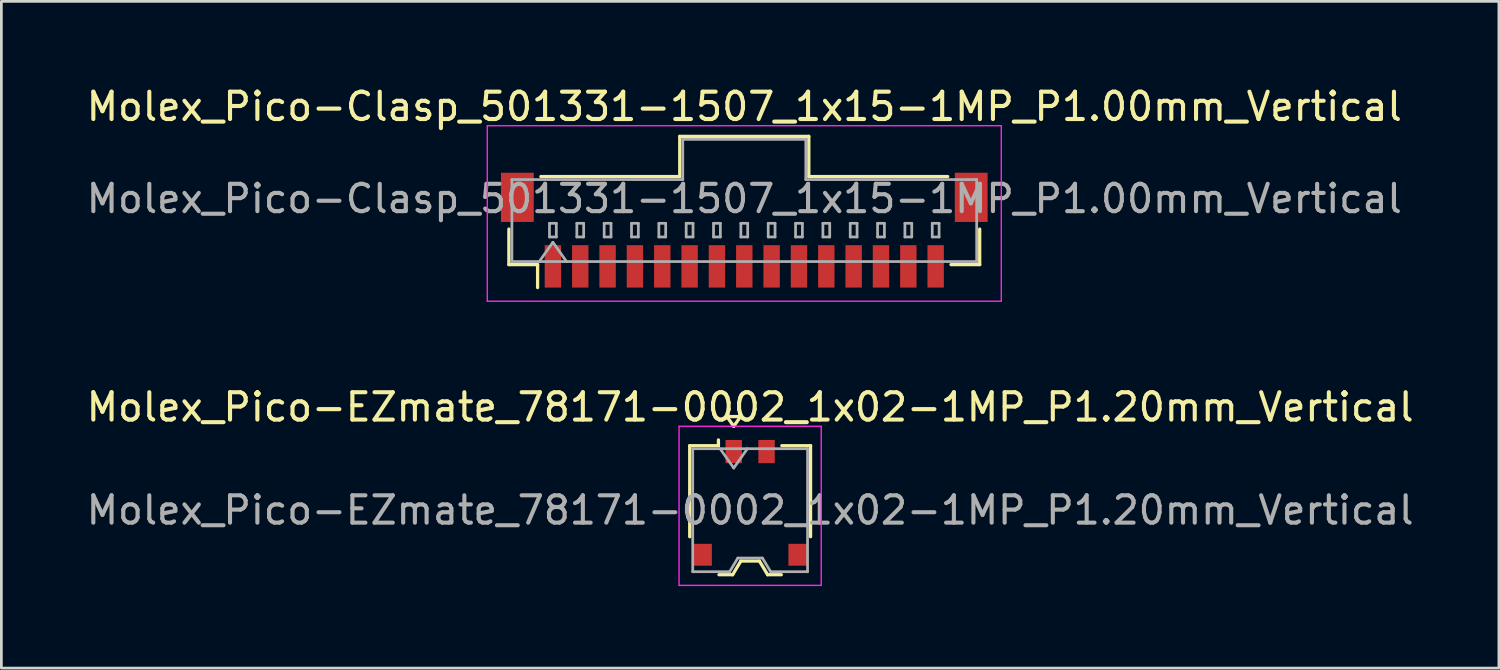
<source format=kicad_pcb>
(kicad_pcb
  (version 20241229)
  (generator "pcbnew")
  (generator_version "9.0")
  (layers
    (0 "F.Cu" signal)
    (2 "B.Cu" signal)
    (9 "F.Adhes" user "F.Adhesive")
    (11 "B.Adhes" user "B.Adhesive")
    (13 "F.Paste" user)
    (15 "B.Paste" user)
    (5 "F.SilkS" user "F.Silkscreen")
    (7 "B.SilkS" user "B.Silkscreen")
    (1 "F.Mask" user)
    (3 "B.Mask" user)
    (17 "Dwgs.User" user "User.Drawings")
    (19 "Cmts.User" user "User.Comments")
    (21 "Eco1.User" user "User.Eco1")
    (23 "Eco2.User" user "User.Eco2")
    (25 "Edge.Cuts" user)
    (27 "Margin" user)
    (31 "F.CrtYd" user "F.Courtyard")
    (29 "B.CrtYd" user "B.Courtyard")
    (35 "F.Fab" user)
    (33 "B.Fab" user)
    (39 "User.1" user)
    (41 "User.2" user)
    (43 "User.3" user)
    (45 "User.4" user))
  (footprint "Molex_Pico-Clasp_501331-1507_1x15-1MP_P1.00mm_Vertical"
    (layer "F.Cu")
    (at 24.173 5.368)
    (property "Reference" "Molex_Pico-Clasp_501331-1507_1x15-1MP_P1.00mm_Vertical" (at 0 -4.52 0) (layer "F.SilkS") (effects (font (size 1 1) (thickness 0.15))))
    (attr smd)
    (fp_line (start -8.61 -0.04) (end -8.61 1.26) (stroke (width 0.12) (type solid)) (layer "F.SilkS"))
    (fp_line (start -8.61 1.26) (end -7.56 1.26) (stroke (width 0.12) (type solid)) (layer "F.SilkS"))
    (fp_line (start -7.56 1.26) (end -7.56 2.1) (stroke (width 0.12) (type solid)) (layer "F.SilkS"))
    (fp_line (start -7.44 -1.96) (end -2.36 -1.96) (stroke (width 0.12) (type solid)) (layer "F.SilkS"))
    (fp_line (start -2.36 -3.43) (end 2.36 -3.43) (stroke (width 0.12) (type solid)) (layer "F.SilkS"))
    (fp_line (start -2.36 -1.96) (end -2.36 -3.43) (stroke (width 0.12) (type solid)) (layer "F.SilkS"))
    (fp_line (start 2.36 -3.43) (end 2.36 -1.96) (stroke (width 0.12) (type solid)) (layer "F.SilkS"))
    (fp_line (start 2.36 -1.96) (end 7.44 -1.96) (stroke (width 0.12) (type solid)) (layer "F.SilkS"))
    (fp_line (start 8.61 -0.04) (end 8.61 1.26) (stroke (width 0.12) (type solid)) (layer "F.SilkS"))
    (fp_line (start 8.61 1.26) (end 7.56 1.26) (stroke (width 0.12) (type solid)) (layer "F.SilkS"))
    (fp_line (start -9.4 -3.82) (end -9.4 2.6) (stroke (width 0.05) (type solid)) (layer "F.CrtYd"))
    (fp_line (start -9.4 2.6) (end 9.4 2.6) (stroke (width 0.05) (type solid)) (layer "F.CrtYd"))
    (fp_line (start 9.4 -3.82) (end -9.4 -3.82) (stroke (width 0.05) (type solid)) (layer "F.CrtYd"))
    (fp_line (start 9.4 2.6) (end 9.4 -3.82) (stroke (width 0.05) (type solid)) (layer "F.CrtYd"))
    (fp_line (start -8.5 -1.85) (end -2.25 -1.85) (stroke (width 0.1) (type solid)) (layer "F.Fab"))
    (fp_line (start -8.5 1.15) (end -8.5 -1.85) (stroke (width 0.1) (type solid)) (layer "F.Fab"))
    (fp_line (start -8.5 1.15) (end 8.5 1.15) (stroke (width 0.1) (type solid)) (layer "F.Fab"))
    (fp_line (start -7.5 1.15) (end -7 0.443) (stroke (width 0.1) (type solid)) (layer "F.Fab"))
    (fp_line (start -7.125 -0.25) (end -7.125 0.25) (stroke (width 0.1) (type solid)) (layer "F.Fab"))
    (fp_line (start -7.125 0.25) (end -6.875 0.25) (stroke (width 0.1) (type solid)) (layer "F.Fab"))
    (fp_line (start -7 0.443) (end -6.5 1.15) (stroke (width 0.1) (type solid)) (layer "F.Fab"))
    (fp_line (start -6.875 -0.25) (end -7.125 -0.25) (stroke (width 0.1) (type solid)) (layer "F.Fab"))
    (fp_line (start -6.875 0.25) (end -6.875 -0.25) (stroke (width 0.1) (type solid)) (layer "F.Fab"))
    (fp_line (start -6.125 -0.25) (end -6.125 0.25) (stroke (width 0.1) (type solid)) (layer "F.Fab"))
    (fp_line (start -6.125 0.25) (end -5.875 0.25) (stroke (width 0.1) (type solid)) (layer "F.Fab"))
    (fp_line (start -5.875 -0.25) (end -6.125 -0.25) (stroke (width 0.1) (type solid)) (layer "F.Fab"))
    (fp_line (start -5.875 0.25) (end -5.875 -0.25) (stroke (width 0.1) (type solid)) (layer "F.Fab"))
    (fp_line (start -5.125 -0.25) (end -5.125 0.25) (stroke (width 0.1) (type solid)) (layer "F.Fab"))
    (fp_line (start -5.125 0.25) (end -4.875 0.25) (stroke (width 0.1) (type solid)) (layer "F.Fab"))
    (fp_line (start -4.875 -0.25) (end -5.125 -0.25) (stroke (width 0.1) (type solid)) (layer "F.Fab"))
    (fp_line (start -4.875 0.25) (end -4.875 -0.25) (stroke (width 0.1) (type solid)) (layer "F.Fab"))
    (fp_line (start -4.125 -0.25) (end -4.125 0.25) (stroke (width 0.1) (type solid)) (layer "F.Fab"))
    (fp_line (start -4.125 0.25) (end -3.875 0.25) (stroke (width 0.1) (type solid)) (layer "F.Fab"))
    (fp_line (start -3.875 -0.25) (end -4.125 -0.25) (stroke (width 0.1) (type solid)) (layer "F.Fab"))
    (fp_line (start -3.875 0.25) (end -3.875 -0.25) (stroke (width 0.1) (type solid)) (layer "F.Fab"))
    (fp_line (start -3.125 -0.25) (end -3.125 0.25) (stroke (width 0.1) (type solid)) (layer "F.Fab"))
    (fp_line (start -3.125 0.25) (end -2.875 0.25) (stroke (width 0.1) (type solid)) (layer "F.Fab"))
    (fp_line (start -2.875 -0.25) (end -3.125 -0.25) (stroke (width 0.1) (type solid)) (layer "F.Fab"))
    (fp_line (start -2.875 0.25) (end -2.875 -0.25) (stroke (width 0.1) (type solid)) (layer "F.Fab"))
    (fp_line (start -2.25 -3.32) (end 2.25 -3.32) (stroke (width 0.1) (type solid)) (layer "F.Fab"))
    (fp_line (start -2.25 -1.85) (end -2.25 -3.32) (stroke (width 0.1) (type solid)) (layer "F.Fab"))
    (fp_line (start -2.125 -0.25) (end -2.125 0.25) (stroke (width 0.1) (type solid)) (layer "F.Fab"))
    (fp_line (start -2.125 0.25) (end -1.875 0.25) (stroke (width 0.1) (type solid)) (layer "F.Fab"))
    (fp_line (start -1.875 -0.25) (end -2.125 -0.25) (stroke (width 0.1) (type solid)) (layer "F.Fab"))
    (fp_line (start -1.875 0.25) (end -1.875 -0.25) (stroke (width 0.1) (type solid)) (layer "F.Fab"))
    (fp_line (start -1.125 -0.25) (end -1.125 0.25) (stroke (width 0.1) (type solid)) (layer "F.Fab"))
    (fp_line (start -1.125 0.25) (end -0.875 0.25) (stroke (width 0.1) (type solid)) (layer "F.Fab"))
    (fp_line (start -0.875 -0.25) (end -1.125 -0.25) (stroke (width 0.1) (type solid)) (layer "F.Fab"))
    (fp_line (start -0.875 0.25) (end -0.875 -0.25) (stroke (width 0.1) (type solid)) (layer "F.Fab"))
    (fp_line (start -0.125 -0.25) (end -0.125 0.25) (stroke (width 0.1) (type solid)) (layer "F.Fab"))
    (fp_line (start -0.125 0.25) (end 0.125 0.25) (stroke (width 0.1) (type solid)) (layer "F.Fab"))
    (fp_line (start 0.125 -0.25) (end -0.125 -0.25) (stroke (width 0.1) (type solid)) (layer "F.Fab"))
    (fp_line (start 0.125 0.25) (end 0.125 -0.25) (stroke (width 0.1) (type solid)) (layer "F.Fab"))
    (fp_line (start 0.875 -0.25) (end 0.875 0.25) (stroke (width 0.1) (type solid)) (layer "F.Fab"))
    (fp_line (start 0.875 0.25) (end 1.125 0.25) (stroke (width 0.1) (type solid)) (layer "F.Fab"))
    (fp_line (start 1.125 -0.25) (end 0.875 -0.25) (stroke (width 0.1) (type solid)) (layer "F.Fab"))
    (fp_line (start 1.125 0.25) (end 1.125 -0.25) (stroke (width 0.1) (type solid)) (layer "F.Fab"))
    (fp_line (start 1.875 -0.25) (end 1.875 0.25) (stroke (width 0.1) (type solid)) (layer "F.Fab"))
    (fp_line (start 1.875 0.25) (end 2.125 0.25) (stroke (width 0.1) (type solid)) (layer "F.Fab"))
    (fp_line (start 2.125 -0.25) (end 1.875 -0.25) (stroke (width 0.1) (type solid)) (layer "F.Fab"))
    (fp_line (start 2.125 0.25) (end 2.125 -0.25) (stroke (width 0.1) (type solid)) (layer "F.Fab"))
    (fp_line (start 2.25 -3.32) (end 2.25 -1.85) (stroke (width 0.1) (type solid)) (layer "F.Fab"))
    (fp_line (start 2.25 -1.85) (end 8.5 -1.85) (stroke (width 0.1) (type solid)) (layer "F.Fab"))
    (fp_line (start 2.875 -0.25) (end 2.875 0.25) (stroke (width 0.1) (type solid)) (layer "F.Fab"))
    (fp_line (start 2.875 0.25) (end 3.125 0.25) (stroke (width 0.1) (type solid)) (layer "F.Fab"))
    (fp_line (start 3.125 -0.25) (end 2.875 -0.25) (stroke (width 0.1) (type solid)) (layer "F.Fab"))
    (fp_line (start 3.125 0.25) (end 3.125 -0.25) (stroke (width 0.1) (type solid)) (layer "F.Fab"))
    (fp_line (start 3.875 -0.25) (end 3.875 0.25) (stroke (width 0.1) (type solid)) (layer "F.Fab"))
    (fp_line (start 3.875 0.25) (end 4.125 0.25) (stroke (width 0.1) (type solid)) (layer "F.Fab"))
    (fp_line (start 4.125 -0.25) (end 3.875 -0.25) (stroke (width 0.1) (type solid)) (layer "F.Fab"))
    (fp_line (start 4.125 0.25) (end 4.125 -0.25) (stroke (width 0.1) (type solid)) (layer "F.Fab"))
    (fp_line (start 4.875 -0.25) (end 4.875 0.25) (stroke (width 0.1) (type solid)) (layer "F.Fab"))
    (fp_line (start 4.875 0.25) (end 5.125 0.25) (stroke (width 0.1) (type solid)) (layer "F.Fab"))
    (fp_line (start 5.125 -0.25) (end 4.875 -0.25) (stroke (width 0.1) (type solid)) (layer "F.Fab"))
    (fp_line (start 5.125 0.25) (end 5.125 -0.25) (stroke (width 0.1) (type solid)) (layer "F.Fab"))
    (fp_line (start 5.875 -0.25) (end 5.875 0.25) (stroke (width 0.1) (type solid)) (layer "F.Fab"))
    (fp_line (start 5.875 0.25) (end 6.125 0.25) (stroke (width 0.1) (type solid)) (layer "F.Fab"))
    (fp_line (start 6.125 -0.25) (end 5.875 -0.25) (stroke (width 0.1) (type solid)) (layer "F.Fab"))
    (fp_line (start 6.125 0.25) (end 6.125 -0.25) (stroke (width 0.1) (type solid)) (layer "F.Fab"))
    (fp_line (start 6.875 -0.25) (end 6.875 0.25) (stroke (width 0.1) (type solid)) (layer "F.Fab"))
    (fp_line (start 6.875 0.25) (end 7.125 0.25) (stroke (width 0.1) (type solid)) (layer "F.Fab"))
    (fp_line (start 7.125 -0.25) (end 6.875 -0.25) (stroke (width 0.1) (type solid)) (layer "F.Fab"))
    (fp_line (start 7.125 0.25) (end 7.125 -0.25) (stroke (width 0.1) (type solid)) (layer "F.Fab"))
    (fp_line (start 8.5 1.15) (end 8.5 -1.85) (stroke (width 0.1) (type solid)) (layer "F.Fab"))
    (fp_text user "${REFERENCE}" (at 0 -1.15 0) (layer "F.Fab") (effects (font (size 1 1) (thickness 0.15))))
    (pad "1" smd rect (at -7 1.325) (size 0.6 1.55) (layers "F.Cu" "F.Mask" "F.Paste"))
    (pad "2" smd rect (at -6 1.325) (size 0.6 1.55) (layers "F.Cu" "F.Mask" "F.Paste"))
    (pad "3" smd rect (at -5 1.325) (size 0.6 1.55) (layers "F.Cu" "F.Mask" "F.Paste"))
    (pad "4" smd rect (at -4 1.325) (size 0.6 1.55) (layers "F.Cu" "F.Mask" "F.Paste"))
    (pad "5" smd rect (at -3 1.325) (size 0.6 1.55) (layers "F.Cu" "F.Mask" "F.Paste"))
    (pad "6" smd rect (at -2 1.325) (size 0.6 1.55) (layers "F.Cu" "F.Mask" "F.Paste"))
    (pad "7" smd rect (at -1 1.325) (size 0.6 1.55) (layers "F.Cu" "F.Mask" "F.Paste"))
    (pad "8" smd rect (at 0 1.325) (size 0.6 1.55) (layers "F.Cu" "F.Mask" "F.Paste"))
    (pad "9" smd rect (at 1 1.325) (size 0.6 1.55) (layers "F.Cu" "F.Mask" "F.Paste"))
    (pad "10" smd rect (at 2 1.325) (size 0.6 1.55) (layers "F.Cu" "F.Mask" "F.Paste"))
    (pad "11" smd rect (at 3 1.325) (size 0.6 1.55) (layers "F.Cu" "F.Mask" "F.Paste"))
    (pad "12" smd rect (at 4 1.325) (size 0.6 1.55) (layers "F.Cu" "F.Mask" "F.Paste"))
    (pad "13" smd rect (at 5 1.325) (size 0.6 1.55) (layers "F.Cu" "F.Mask" "F.Paste"))
    (pad "14" smd rect (at 6 1.325) (size 0.6 1.55) (layers "F.Cu" "F.Mask" "F.Paste"))
    (pad "15" smd rect (at 7 1.325) (size 0.6 1.55) (layers "F.Cu" "F.Mask" "F.Paste"))
    (pad "MP" smd rect (at -8.3 -1.2) (size 1.2 1.8) (layers "F.Cu" "F.Mask" "F.Paste"))
    (pad "MP" smd rect (at 8.3 -1.2) (size 1.2 1.8) (layers "F.Cu" "F.Mask" "F.Paste")))
  (footprint "Molex_Pico-EZmate_78171-0002_1x02-1MP_P1.20mm_Vertical"
    (layer "F.Cu")
    (at 24.387 15.341)
    (property "Reference" "Molex_Pico-EZmate_78171-0002_1x02-1MP_P1.20mm_Vertical" (at 0 -3.5 0) (layer "F.SilkS") (effects (font (size 1 1) (thickness 0.15))))
    (attr smd)
    (fp_line (start -2.21 -2.09) (end -1.16 -2.09) (stroke (width 0.12) (type solid)) (layer "F.SilkS"))
    (fp_line (start -2.21 1.24) (end -2.21 -2.09) (stroke (width 0.12) (type solid)) (layer "F.SilkS"))
    (fp_line (start -1.16 -2.09) (end -1.16 -2.3) (stroke (width 0.12) (type solid)) (layer "F.SilkS"))
    (fp_line (start -1.14 2.63) (end -0.64 2.63) (stroke (width 0.12) (type solid)) (layer "F.SilkS"))
    (fp_line (start -0.85 -3.154) (end -0.6 -2.8) (stroke (width 0.12) (type solid)) (layer "F.SilkS"))
    (fp_line (start -0.64 2.63) (end -0.34 2.13) (stroke (width 0.12) (type solid)) (layer "F.SilkS"))
    (fp_line (start -0.6 -2.8) (end -0.35 -3.154) (stroke (width 0.12) (type solid)) (layer "F.SilkS"))
    (fp_line (start -0.35 -3.154) (end -0.85 -3.154) (stroke (width 0.12) (type solid)) (layer "F.SilkS"))
    (fp_line (start -0.34 2.13) (end 0.34 2.13) (stroke (width 0.12) (type solid)) (layer "F.SilkS"))
    (fp_line (start 0.34 2.13) (end 0.64 2.63) (stroke (width 0.12) (type solid)) (layer "F.SilkS"))
    (fp_line (start 0.64 2.63) (end 1.14 2.63) (stroke (width 0.12) (type solid)) (layer "F.SilkS"))
    (fp_line (start 2.21 -2.09) (end 1.16 -2.09) (stroke (width 0.12) (type solid)) (layer "F.SilkS"))
    (fp_line (start 2.21 1.24) (end 2.21 -2.09) (stroke (width 0.12) (type solid)) (layer "F.SilkS"))
    (fp_line (start -2.6 -2.8) (end -2.6 3.02) (stroke (width 0.05) (type solid)) (layer "F.CrtYd"))
    (fp_line (start -2.6 3.02) (end 2.6 3.02) (stroke (width 0.05) (type solid)) (layer "F.CrtYd"))
    (fp_line (start 2.6 -2.8) (end -2.6 -2.8) (stroke (width 0.05) (type solid)) (layer "F.CrtYd"))
    (fp_line (start 2.6 3.02) (end 2.6 -2.8) (stroke (width 0.05) (type solid)) (layer "F.CrtYd"))
    (fp_line (start -2.1 -1.98) (end -2.1 2.52) (stroke (width 0.1) (type solid)) (layer "F.Fab"))
    (fp_line (start -2.1 -1.98) (end 2.1 -1.98) (stroke (width 0.1) (type solid)) (layer "F.Fab"))
    (fp_line (start -2.1 2.52) (end -0.75 2.52) (stroke (width 0.1) (type solid)) (layer "F.Fab"))
    (fp_line (start -1.1 -1.98) (end -0.6 -1.273) (stroke (width 0.1) (type solid)) (layer "F.Fab"))
    (fp_line (start -0.75 2.52) (end -0.45 2.02) (stroke (width 0.1) (type solid)) (layer "F.Fab"))
    (fp_line (start -0.6 -1.273) (end -0.1 -1.98) (stroke (width 0.1) (type solid)) (layer "F.Fab"))
    (fp_line (start -0.45 2.02) (end 0.45 2.02) (stroke (width 0.1) (type solid)) (layer "F.Fab"))
    (fp_line (start 0.45 2.02) (end 0.75 2.52) (stroke (width 0.1) (type solid)) (layer "F.Fab"))
    (fp_line (start 0.75 2.52) (end 2.1 2.52) (stroke (width 0.1) (type solid)) (layer "F.Fab"))
    (fp_line (start 2.1 -1.98) (end 2.1 2.52) (stroke (width 0.1) (type solid)) (layer "F.Fab"))
    (fp_text user "${REFERENCE}" (at 0 0.27 0) (layer "F.Fab") (effects (font (size 1 1) (thickness 0.15))))
    (pad "1" smd rect (at -0.6 -1.875) (size 0.6 0.85) (layers "F.Cu" "F.Mask" "F.Paste"))
    (pad "2" smd rect (at 0.6 -1.875) (size 0.6 0.85) (layers "F.Cu" "F.Mask" "F.Paste"))
    (pad "MP" smd rect (at -1.75 1.9) (size 0.7 0.8) (layers "F.Cu" "F.Mask" "F.Paste"))
    (pad "MP" smd rect (at 1.75 1.9) (size 0.7 0.8) (layers "F.Cu" "F.Mask" "F.Paste")))
  (gr_rect
    (start -3 -3)
    (end 51.774 21.387)
    (stroke (width 0.1) (type default))
    (fill no)
    (layer "Edge.Cuts")))
</source>
